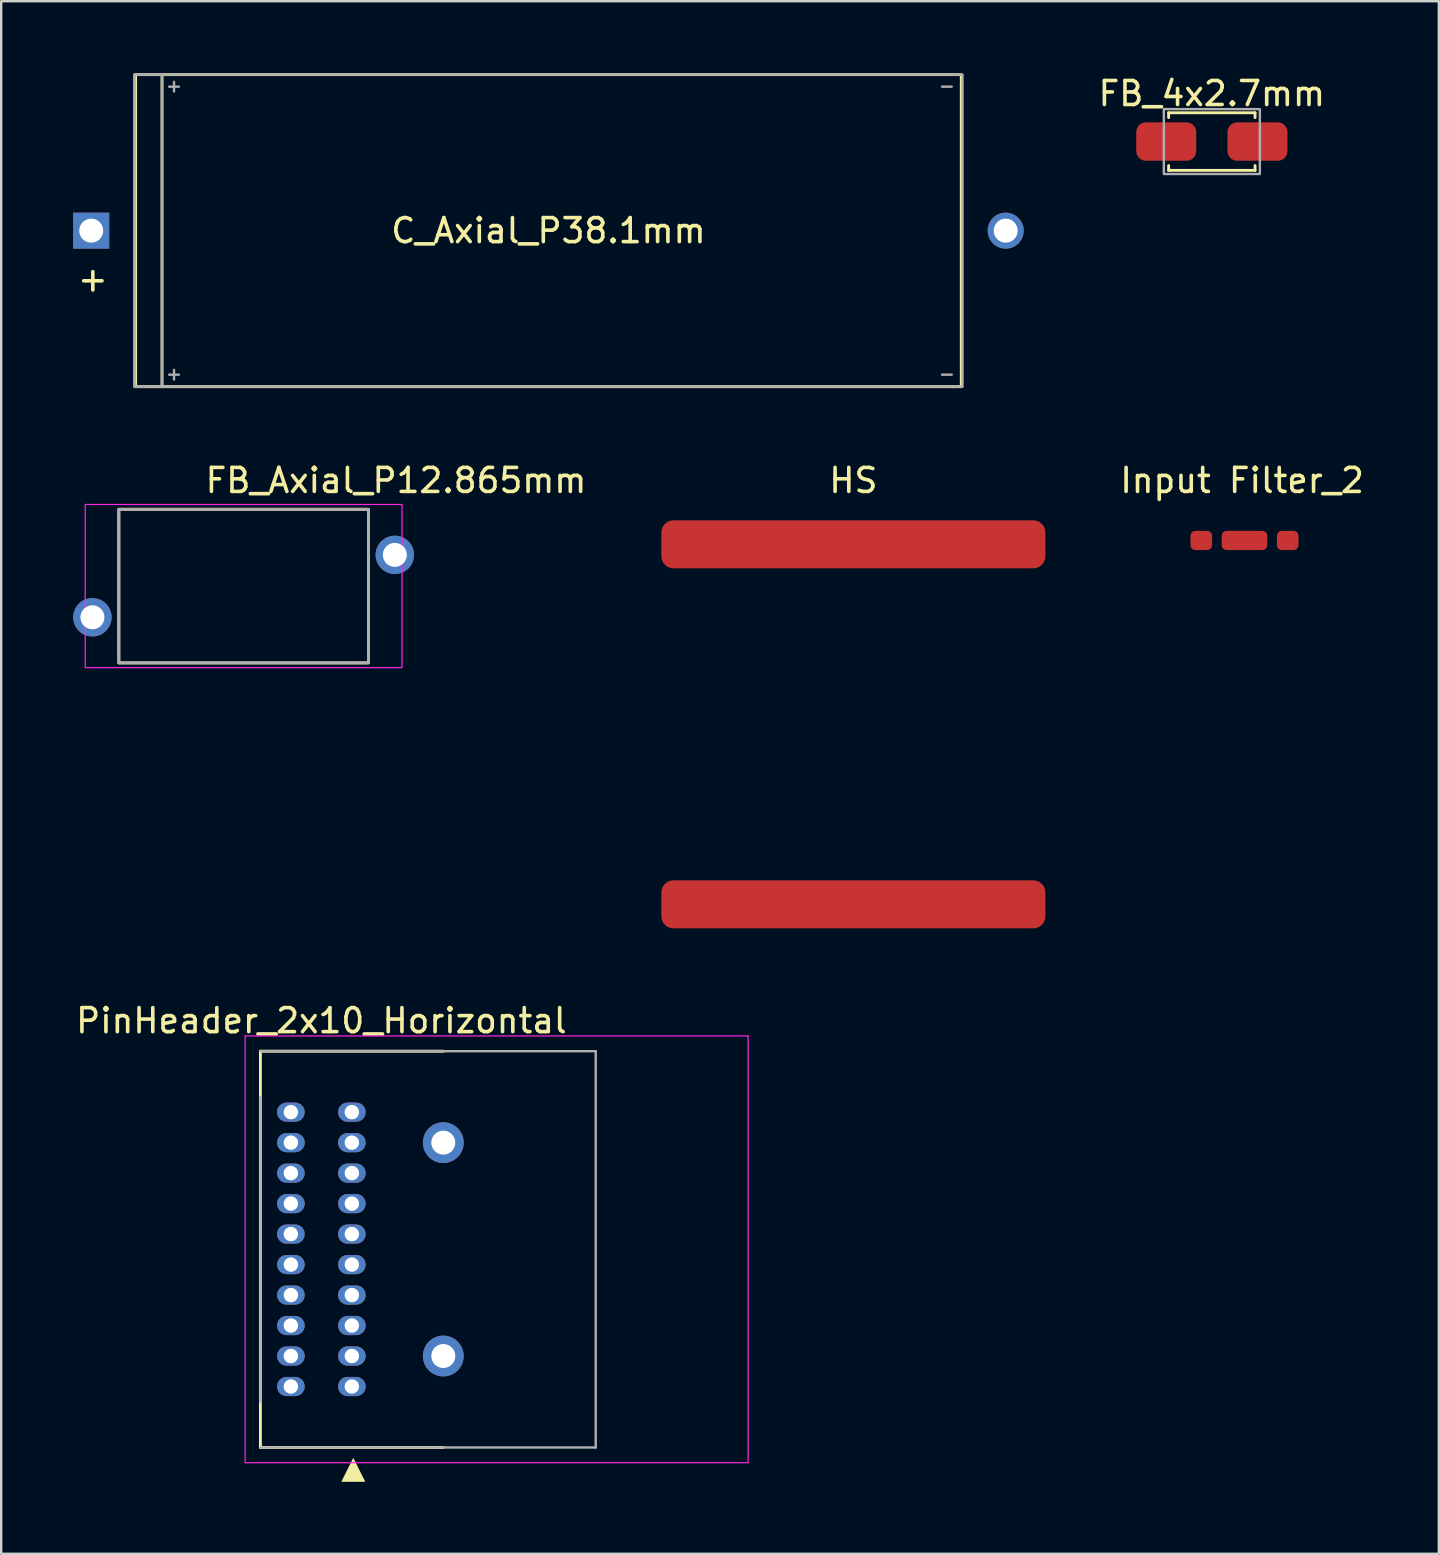
<source format=kicad_pcb>
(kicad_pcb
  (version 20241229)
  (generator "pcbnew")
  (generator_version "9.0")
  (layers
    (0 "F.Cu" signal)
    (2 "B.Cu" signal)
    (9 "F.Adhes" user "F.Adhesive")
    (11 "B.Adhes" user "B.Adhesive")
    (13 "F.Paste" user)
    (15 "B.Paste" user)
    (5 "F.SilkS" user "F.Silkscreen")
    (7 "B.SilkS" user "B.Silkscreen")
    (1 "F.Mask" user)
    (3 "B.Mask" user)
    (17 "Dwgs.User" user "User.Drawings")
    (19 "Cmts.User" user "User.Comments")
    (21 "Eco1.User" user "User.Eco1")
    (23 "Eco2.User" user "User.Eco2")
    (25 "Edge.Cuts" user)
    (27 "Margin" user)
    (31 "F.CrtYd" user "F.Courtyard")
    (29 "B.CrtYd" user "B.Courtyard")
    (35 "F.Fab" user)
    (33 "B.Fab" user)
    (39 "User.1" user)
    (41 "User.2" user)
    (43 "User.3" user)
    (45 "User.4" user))
  (footprint "C_Axial_P38.1mm"
    (layer "F.Cu")
    (at 19.8 6.56)
    (property "Reference" "C_Axial_P38.1mm" (at 0 0 0) (unlocked yes) (layer "F.SilkS") (effects (font (size 1 1) (thickness 0.15))))
    (attr through_hole)
    (fp_line (start -16.1 -6.5) (end -16.1 6.5) (stroke (width 0.12) (type default)) (layer "F.SilkS"))
    (fp_rect (start -17.2 -6.5) (end 17.2 6.5) (stroke (width 0.12) (type default)) (fill no) (layer "F.SilkS"))
    (fp_line (start -15.8 -6) (end -15.4 -6) (stroke (width 0.1) (type default)) (layer "F.Fab"))
    (fp_line (start -15.8 6) (end -15.4 6) (stroke (width 0.1) (type default)) (layer "F.Fab"))
    (fp_line (start -15.6 -5.8) (end -15.6 -6.2) (stroke (width 0.1) (type default)) (layer "F.Fab"))
    (fp_line (start -15.6 6.2) (end -15.6 5.8) (stroke (width 0.1) (type default)) (layer "F.Fab"))
    (fp_line (start 16.4 -6) (end 16.8 -6) (stroke (width 0.1) (type default)) (layer "F.Fab"))
    (fp_line (start 16.4 6) (end 16.8 6) (stroke (width 0.1) (type default)) (layer "F.Fab"))
    (fp_rect (start -17.25 -6.5) (end -16.1 6.5) (stroke (width 0.1) (type solid)) (fill no) (layer "F.Fab"))
    (fp_rect (start -17.25 -6.5) (end 17.25 6.5) (stroke (width 0.1) (type default)) (fill no) (layer "F.Fab"))
    (fp_text user "+" (at -19.7 2.6 0) (unlocked yes) (layer "F.SilkS") (effects (font (size 1 1) (thickness 0.15)) (justify left bottom)))
    (pad "1" thru_hole rect (at -19.05 0 90) (size 1.5 1.5) (drill 1) (layers "*.Cu" "*.Mask"))
    (pad "2" thru_hole circle (at 19.05 0 90) (size 1.5 1.5) (drill 1) (layers "*.Cu" "*.Mask")))
  (footprint "PinHeader_2x10_Horizontal"
    (layer "F.Cu")
    (at 9.069 43.286)
    (property "Reference" "PinHeader_2x10_Horizontal" (at 1.27 -3.81 0) (layer "F.SilkS") (effects (font (size 1 1) (thickness 0.15))))
    (attr through_hole)
    (fp_line (start -1.27 -2.54) (end -1.27 13.97) (stroke (width 0.12) (type default)) (layer "F.SilkS"))
    (fp_line (start -1.27 13.97) (end 6.35 13.97) (stroke (width 0.12) (type default)) (layer "F.SilkS"))
    (fp_line (start 6.35 -2.54) (end -1.27 -2.54) (stroke (width 0.12) (type default)) (layer "F.SilkS"))
    (fp_poly (pts (xy 3.1 15.4) (xy 2.1 15.4) (xy 2.6 14.4)) (stroke (width 0) (type solid)) (fill yes) (layer "F.SilkS"))
    (fp_line (start -1.905 -3.175) (end 19.05 -3.175) (stroke (width 0.05) (type default)) (layer "F.CrtYd"))
    (fp_line (start -1.905 14.605) (end -1.905 -3.175) (stroke (width 0.05) (type default)) (layer "F.CrtYd"))
    (fp_line (start 19.05 -3.175) (end 19.05 14.605) (stroke (width 0.05) (type default)) (layer "F.CrtYd"))
    (fp_line (start 19.05 14.605) (end -1.905 14.605) (stroke (width 0.05) (type default)) (layer "F.CrtYd"))
    (fp_line (start -1.27 -2.54) (end 12.7 -2.54) (stroke (width 0.1) (type default)) (layer "F.Fab"))
    (fp_line (start -1.27 12.065) (end -1.27 -0.635) (stroke (width 0.1) (type default)) (layer "F.Fab"))
    (fp_line (start 12.7 -2.54) (end 12.7 13.97) (stroke (width 0.1) (type default)) (layer "F.Fab"))
    (fp_line (start 12.7 13.97) (end -1.27 13.97) (stroke (width 0.1) (type default)) (layer "F.Fab"))
    (pad "1" thru_hole oval (at 2.54 11.43) (size 1.15 0.8) (drill 0.6) (layers "*.Cu" "*.Mask"))
    (pad "2" thru_hole oval (at 2.54 10.16) (size 1.15 0.8) (drill 0.6) (layers "*.Cu" "*.Mask"))
    (pad "3" thru_hole oval (at 2.54 8.89) (size 1.15 0.8) (drill 0.6) (layers "*.Cu" "*.Mask"))
    (pad "4" thru_hole oval (at 2.54 7.62) (size 1.15 0.8) (drill 0.6) (layers "*.Cu" "*.Mask"))
    (pad "5" thru_hole oval (at 2.54 6.35) (size 1.15 0.8) (drill 0.6) (layers "*.Cu" "*.Mask"))
    (pad "6" thru_hole oval (at 2.54 5.08) (size 1.15 0.8) (drill 0.6) (layers "*.Cu" "*.Mask"))
    (pad "7" thru_hole oval (at 2.54 3.81) (size 1.15 0.8) (drill 0.6) (layers "*.Cu" "*.Mask"))
    (pad "8" thru_hole oval (at 2.54 2.54) (size 1.15 0.8) (drill 0.6) (layers "*.Cu" "*.Mask"))
    (pad "9" thru_hole oval (at 2.54 1.27) (size 1.15 0.8) (drill 0.6) (layers "*.Cu" "*.Mask"))
    (pad "10" thru_hole oval (at 2.54 0) (size 1.15 0.8) (drill 0.6) (layers "*.Cu" "*.Mask"))
    (pad "11" thru_hole oval (at 0 0) (size 1.15 0.8) (drill 0.6) (layers "*.Cu" "*.Mask"))
    (pad "12" thru_hole oval (at 0 1.27) (size 1.15 0.8) (drill 0.6) (layers "*.Cu" "*.Mask"))
    (pad "13" thru_hole oval (at 0 2.54) (size 1.15 0.8) (drill 0.6) (layers "*.Cu" "*.Mask"))
    (pad "14" thru_hole oval (at 0 3.81) (size 1.15 0.8) (drill 0.6) (layers "*.Cu" "*.Mask"))
    (pad "15" thru_hole oval (at 0 5.08) (size 1.15 0.8) (drill 0.6) (layers "*.Cu" "*.Mask"))
    (pad "16" thru_hole oval (at 0 6.35) (size 1.15 0.8) (drill 0.6) (layers "*.Cu" "*.Mask"))
    (pad "17" thru_hole oval (at 0 7.62) (size 1.15 0.8) (drill 0.6) (layers "*.Cu" "*.Mask"))
    (pad "18" thru_hole oval (at 0 8.89) (size 1.15 0.8) (drill 0.6) (layers "*.Cu" "*.Mask"))
    (pad "19" thru_hole oval (at 0 10.16) (size 1.15 0.8) (drill 0.6) (layers "*.Cu" "*.Mask"))
    (pad "20" thru_hole oval (at 0 11.43) (size 1.15 0.8) (drill 0.6) (layers "*.Cu" "*.Mask"))
    (pad "S" thru_hole circle (at 6.35 1.27) (size 1.7 1.7) (drill 1) (layers "*.Cu" "*.Mask"))
    (pad "S" thru_hole circle (at 6.35 10.16) (size 1.7 1.7) (drill 1) (layers "*.Cu" "*.Mask")))
  (footprint "FB_Axial_P12.865mm"
    (layer "F.Cu")
    (at 7.1 21.368)
    (property "Reference" "FB_Axial_P12.865mm" (at 6.35 -4.4 0) (layer "F.SilkS") (effects (font (size 1 1) (thickness 0.15))))
    (attr through_hole)
    (fp_rect (start -5.2 -3.2) (end 5.2 3.2) (stroke (width 0.12) (type default)) (fill no) (layer "F.SilkS"))
    (fp_rect (start -6.6 -3.4) (end 6.6 3.4) (stroke (width 0.05) (type default)) (fill no) (layer "F.CrtYd"))
    (fp_rect (start -5.2 -3.2) (end 5.2 3.2) (stroke (width 0.12) (type default)) (fill no) (layer "F.Fab"))
    (pad "1" thru_hole circle (at -6.3 1.3) (size 1.6 1.6) (drill 1) (layers "*.Cu" "*.Mask"))
    (pad "2" thru_hole circle (at 6.3 -1.3) (size 1.6 1.6) (drill 1) (layers "*.Cu" "*.Mask")))
  (footprint "FB_4x2.7mm"
    (layer "F.Cu")
    (at 47.439 2.848)
    (property "Reference" "FB_4x2.7mm" (at 0 -2 0) (unlocked yes) (layer "F.SilkS") (effects (font (size 1 1) (thickness 0.15))))
    (attr smd)
    (fp_line (start -1.8 -1.2) (end 1.8 -1.2) (stroke (width 0.12) (type default)) (layer "F.SilkS"))
    (fp_line (start -1.8 -1) (end -1.8 -1.2) (stroke (width 0.12) (type default)) (layer "F.SilkS"))
    (fp_line (start -1.8 1) (end -1.8 1.2) (stroke (width 0.12) (type default)) (layer "F.SilkS"))
    (fp_line (start -1.8 1.2) (end 1.8 1.2) (stroke (width 0.12) (type default)) (layer "F.SilkS"))
    (fp_line (start 1.8 -1.2) (end 1.8 -1) (stroke (width 0.12) (type default)) (layer "F.SilkS"))
    (fp_line (start 1.8 1.2) (end 1.8 1) (stroke (width 0.12) (type default)) (layer "F.SilkS"))
    (fp_rect (start -2 -1.35) (end 2 1.35) (stroke (width 0.1) (type default)) (fill no) (layer "F.Fab"))
    (pad "1" smd roundrect (at -1.9 0) (size 2.5 1.6) (layers "F.Cu" "F.Mask" "F.Paste") (roundrect_rratio 0.25))
    (pad "2" smd roundrect (at 1.9 0) (size 2.5 1.6) (layers "F.Cu" "F.Mask" "F.Paste") (roundrect_rratio 0.25)))
  (footprint "HS"
    (layer "F.Cu")
    (at 32.504 27.128)
    (property "Reference" "HS" (at 0 -10.16 0) (unlocked yes) (layer "F.SilkS") (effects (font (size 1 1) (thickness 0.15))))
    (attr smd)
    (pad "1" smd roundrect (at 0 -7.5) (size 16 2) (layers "F.Cu" "F.Mask" "F.Paste") (roundrect_rratio 0.25))
    (pad "1" smd roundrect (at 0 7.5) (size 16 2) (layers "F.Cu" "F.Mask" "F.Paste") (roundrect_rratio 0.25)))
  (footprint "Input Filter_2"
    (layer "F.Cu")
    (at 48.8 19.468)
    (property "Reference" "Input Filter_2" (at -0.1 -2.5 0) (unlocked yes) (layer "F.SilkS") (effects (font (size 1 1) (thickness 0.15))))
    (attr smd)
    (pad "1" smd roundrect (at -1.8 0) (size 0.9 0.8) (layers "F.Cu" "F.Mask" "F.Paste") (roundrect_rratio 0.25))
    (pad "2" smd roundrect (at 1.8 0) (size 0.9 0.8) (layers "F.Cu" "F.Mask" "F.Paste") (roundrect_rratio 0.25))
    (pad "3" smd roundrect (at 0 0) (size 1.9 0.8) (layers "F.Cu" "F.Mask" "F.Paste") (roundrect_rratio 0.25)))
  (gr_rect
    (start -3 -3)
    (end 56.896 61.687)
    (stroke (width 0.1) (type default))
    (fill no)
    (layer "Edge.Cuts")))
</source>
